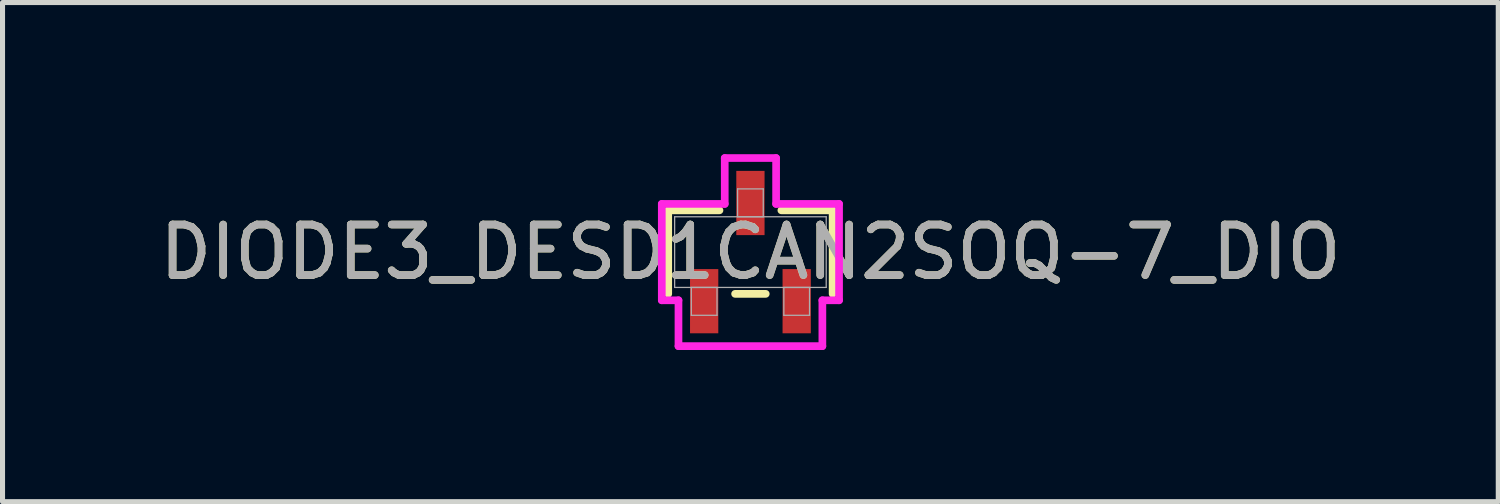
<source format=kicad_pcb>
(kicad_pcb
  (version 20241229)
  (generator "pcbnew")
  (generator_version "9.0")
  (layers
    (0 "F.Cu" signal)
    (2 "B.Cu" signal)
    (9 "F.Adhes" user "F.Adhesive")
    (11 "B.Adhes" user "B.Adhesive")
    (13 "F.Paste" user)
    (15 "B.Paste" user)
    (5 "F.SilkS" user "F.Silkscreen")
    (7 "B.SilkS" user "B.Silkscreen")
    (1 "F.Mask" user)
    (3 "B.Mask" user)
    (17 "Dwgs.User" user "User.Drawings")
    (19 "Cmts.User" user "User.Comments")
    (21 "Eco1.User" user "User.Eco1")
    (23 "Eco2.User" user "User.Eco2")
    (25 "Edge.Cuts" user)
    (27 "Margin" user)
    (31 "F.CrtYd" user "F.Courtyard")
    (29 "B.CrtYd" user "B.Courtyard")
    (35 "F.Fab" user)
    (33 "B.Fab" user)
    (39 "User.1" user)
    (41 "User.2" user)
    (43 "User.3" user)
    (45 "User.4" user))
  (footprint "DIODE3_DESD1CAN2SOQ-7_DIO"
    (layer "F.Cu")
    (at 11.792 1.936)
    (property "Reference" "DIODE3_DESD1CAN2SOQ-7_DIO" (at 0 0 0) (unlocked yes) (layer "F.SilkS") (effects (font (size 1 1) (thickness 0.15))))
    (attr smd)
    (fp_line (start -1.626 -0.826) (end -1.626 0.826) (stroke (width 0.152) (type solid)) (layer "F.SilkS"))
    (fp_line (start -0.612 -0.826) (end -1.626 -0.826) (stroke (width 0.152) (type solid)) (layer "F.SilkS"))
    (fp_line (start -0.303 0.826) (end 0.303 0.826) (stroke (width 0.152) (type solid)) (layer "F.SilkS"))
    (fp_line (start 1.626 -0.826) (end 0.612 -0.826) (stroke (width 0.152) (type solid)) (layer "F.SilkS"))
    (fp_line (start 1.626 0.826) (end 1.626 -0.826) (stroke (width 0.152) (type solid)) (layer "F.SilkS"))
    (fp_line (start -1.753 -0.953) (end -0.508 -0.953) (stroke (width 0.152) (type solid)) (layer "F.CrtYd"))
    (fp_line (start -1.753 0.953) (end -1.753 -0.953) (stroke (width 0.152) (type solid)) (layer "F.CrtYd"))
    (fp_line (start -1.753 0.953) (end -1.423 0.953) (stroke (width 0.152) (type solid)) (layer "F.CrtYd"))
    (fp_line (start -1.423 0.953) (end -1.423 1.86) (stroke (width 0.152) (type solid)) (layer "F.CrtYd"))
    (fp_line (start -1.423 1.86) (end 1.423 1.86) (stroke (width 0.152) (type solid)) (layer "F.CrtYd"))
    (fp_line (start -0.508 -1.86) (end 0.508 -1.86) (stroke (width 0.152) (type solid)) (layer "F.CrtYd"))
    (fp_line (start -0.508 -0.953) (end -0.508 -1.86) (stroke (width 0.152) (type solid)) (layer "F.CrtYd"))
    (fp_line (start 0.508 -0.953) (end 0.508 -1.86) (stroke (width 0.152) (type solid)) (layer "F.CrtYd"))
    (fp_line (start 1.423 0.953) (end 1.423 1.86) (stroke (width 0.152) (type solid)) (layer "F.CrtYd"))
    (fp_line (start 1.753 -0.953) (end 0.508 -0.953) (stroke (width 0.152) (type solid)) (layer "F.CrtYd"))
    (fp_line (start 1.753 -0.953) (end 1.753 0.953) (stroke (width 0.152) (type solid)) (layer "F.CrtYd"))
    (fp_line (start 1.753 0.953) (end 1.423 0.953) (stroke (width 0.152) (type solid)) (layer "F.CrtYd"))
    (fp_line (start -1.499 -0.699) (end -1.499 0.699) (stroke (width 0.025) (type solid)) (layer "F.Fab"))
    (fp_line (start -1.499 0.699) (end 1.499 0.699) (stroke (width 0.025) (type solid)) (layer "F.Fab"))
    (fp_line (start -1.169 0.699) (end -1.169 1.25) (stroke (width 0.025) (type solid)) (layer "F.Fab"))
    (fp_line (start -1.169 1.25) (end -0.661 1.25) (stroke (width 0.025) (type solid)) (layer "F.Fab"))
    (fp_line (start -0.661 0.699) (end -1.169 0.699) (stroke (width 0.025) (type solid)) (layer "F.Fab"))
    (fp_line (start -0.661 1.25) (end -0.661 0.699) (stroke (width 0.025) (type solid)) (layer "F.Fab"))
    (fp_line (start -0.254 -1.25) (end -0.254 -0.699) (stroke (width 0.025) (type solid)) (layer "F.Fab"))
    (fp_line (start -0.254 -0.699) (end 0.254 -0.699) (stroke (width 0.025) (type solid)) (layer "F.Fab"))
    (fp_line (start 0.254 -1.25) (end -0.254 -1.25) (stroke (width 0.025) (type solid)) (layer "F.Fab"))
    (fp_line (start 0.254 -0.699) (end 0.254 -1.25) (stroke (width 0.025) (type solid)) (layer "F.Fab"))
    (fp_line (start 0.661 0.699) (end 0.661 1.25) (stroke (width 0.025) (type solid)) (layer "F.Fab"))
    (fp_line (start 0.661 1.25) (end 1.169 1.25) (stroke (width 0.025) (type solid)) (layer "F.Fab"))
    (fp_line (start 1.169 0.699) (end 0.661 0.699) (stroke (width 0.025) (type solid)) (layer "F.Fab"))
    (fp_line (start 1.169 1.25) (end 1.169 0.699) (stroke (width 0.025) (type solid)) (layer "F.Fab"))
    (fp_line (start 1.499 -0.699) (end -1.499 -0.699) (stroke (width 0.025) (type solid)) (layer "F.Fab"))
    (fp_line (start 1.499 0.699) (end 1.499 -0.699) (stroke (width 0.025) (type solid)) (layer "F.Fab"))
    (fp_circle (center -0.915 0.445) (end -0.915 0.445) (stroke (width 0.025) (type solid)) (fill no) (layer "F.Fab"))
    (fp_text user "${REFERENCE}" (at 0 0 0) (unlocked yes) (layer "F.Fab") (effects (font (size 1 1) (thickness 0.15))))
    (pad "1" smd rect (at -0.915 0.971) (size 0.559 1.27) (layers "F.Cu" "F.Mask" "F.Paste"))
    (pad "2" smd rect (at 0.915 0.971) (size 0.559 1.27) (layers "F.Cu" "F.Mask" "F.Paste"))
    (pad "3" smd rect (at 0 -0.971) (size 0.559 1.27) (layers "F.Cu" "F.Mask" "F.Paste")))
  (gr_rect
    (start -3 -3)
    (end 26.583 6.872)
    (stroke (width 0.1) (type default))
    (fill no)
    (layer "Edge.Cuts")))
</source>
